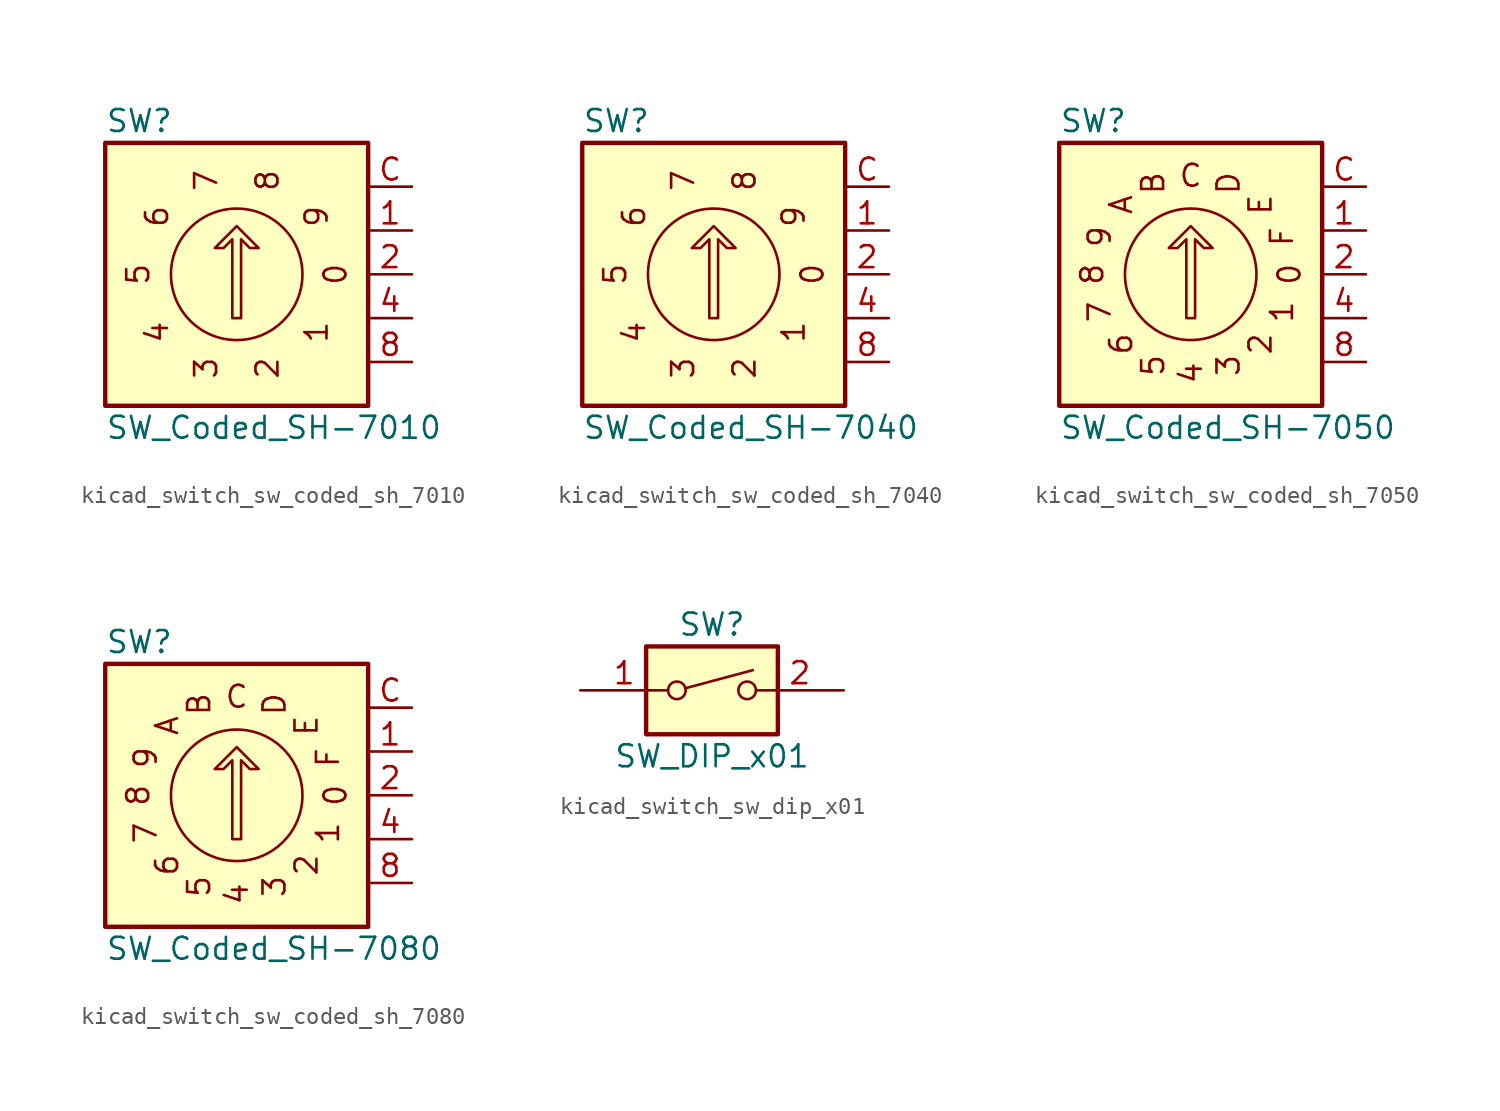
<source format=kicad_sym>
(kicad_symbol_lib
  (version 20220914)
  (generator kicad_symbol_editor)
  (symbol "kicad_switch_sw_coded_sh_7010"
    (pin_names hide)
    (property "Reference" "SW"
      (at -7.62 8.89 0)
      (effects (font (size 1.27 1.27)) (justify left)))
    (property "Value" "SW_Coded_SH-7010"
      (at -7.62 -8.89 0)
      (effects (font (size 1.27 1.27)) (justify left)))
    (symbol "kicad_switch_sw_coded_sh_7010_0_0"
      (text "0" (at 5.715 0 2700) (effects (font (size 1.27 1.27))))
      (text "1" (at 4.623 -3.353 2340) (effects (font (size 1.27 1.27))))
      (text "2" (at 1.778 -5.436 1980) (effects (font (size 1.27 1.27))))
      (text "3" (at -1.778 -5.436 1620) (effects (font (size 1.27 1.27))))
      (text "4" (at -4.623 -3.353 1260) (effects (font (size 1.27 1.27))))
      (text "5" (at -5.715 0 900) (effects (font (size 1.27 1.27))))
      (text "6" (at -4.623 3.353 540) (effects (font (size 1.27 1.27))))
      (text "7" (at -1.778 5.436 180) (effects (font (size 1.27 1.27))))
      (text "8" (at 1.778 5.436 3420) (effects (font (size 1.27 1.27))))
      (text "9" (at 4.623 3.353 3060) (effects (font (size 1.27 1.27)))))
    (symbol "kicad_switch_sw_coded_sh_7010_0_1"
      (polyline (pts (xy -0.254 -2.54) (xy -0.254 2.032) (xy -0.762 1.524) (xy -1.27 1.524) (xy 0 2.794) (xy 1.27 1.524) (xy 0.762 1.524) (xy 0.254 2.032) (xy 0.254 -2.54) (xy -0.254 -2.54) (xy -0.254 -2.54)) (stroke (width 0) (type default)) (fill (type none)))
      (circle (center 0 0) (radius 3.81) (stroke (width 0) (type default)) (fill (type none)))
      (rectangle (start 7.62 7.62) (end -7.62 -7.62) (stroke (width 0.254) (type default)) (fill (type background))))
    (symbol "kicad_switch_sw_coded_sh_7010_1_1"
      (pin passive line (at 10.16 2.54 180) (length 2.54) (name "1" (effects (font (size 1.27 1.27)))) (number "1" (effects (font (size 1.27 1.27)))))
      (pin passive line (at 10.16 0 180) (length 2.54) (name "2" (effects (font (size 1.27 1.27)))) (number "2" (effects (font (size 1.27 1.27)))))
      (pin passive line (at 10.16 -2.54 180) (length 2.54) (name "4" (effects (font (size 1.27 1.27)))) (number "4" (effects (font (size 1.27 1.27)))))
      (pin passive line (at 10.16 -5.08 180) (length 2.54) (name "8" (effects (font (size 1.27 1.27)))) (number "8" (effects (font (size 1.27 1.27)))))
      (pin passive line (at 10.16 5.08 180) (length 2.54) (name "C" (effects (font (size 1.27 1.27)))) (number "C" (effects (font (size 1.27 1.27)))))))
  (symbol "kicad_switch_sw_coded_sh_7040"
    (pin_names hide)
    (property "Reference" "SW"
      (at -7.62 8.89 0)
      (effects (font (size 1.27 1.27)) (justify left)))
    (property "Value" "SW_Coded_SH-7040"
      (at -7.62 -8.89 0)
      (effects (font (size 1.27 1.27)) (justify left)))
    (symbol "kicad_switch_sw_coded_sh_7040_0_0"
      (text "0" (at 5.715 0 2700) (effects (font (size 1.27 1.27))))
      (text "1" (at 4.623 -3.353 2340) (effects (font (size 1.27 1.27))))
      (text "2" (at 1.778 -5.436 1980) (effects (font (size 1.27 1.27))))
      (text "3" (at -1.778 -5.436 1620) (effects (font (size 1.27 1.27))))
      (text "4" (at -4.623 -3.353 1260) (effects (font (size 1.27 1.27))))
      (text "5" (at -5.715 0 900) (effects (font (size 1.27 1.27))))
      (text "6" (at -4.623 3.353 540) (effects (font (size 1.27 1.27))))
      (text "7" (at -1.778 5.436 180) (effects (font (size 1.27 1.27))))
      (text "8" (at 1.778 5.436 3420) (effects (font (size 1.27 1.27))))
      (text "9" (at 4.623 3.353 3060) (effects (font (size 1.27 1.27)))))
    (symbol "kicad_switch_sw_coded_sh_7040_0_1"
      (polyline (pts (xy -0.254 -2.54) (xy -0.254 2.032) (xy -0.762 1.524) (xy -1.27 1.524) (xy 0 2.794) (xy 1.27 1.524) (xy 0.762 1.524) (xy 0.254 2.032) (xy 0.254 -2.54) (xy -0.254 -2.54) (xy -0.254 -2.54)) (stroke (width 0) (type default)) (fill (type none)))
      (circle (center 0 0) (radius 3.81) (stroke (width 0) (type default)) (fill (type none)))
      (rectangle (start 7.62 7.62) (end -7.62 -7.62) (stroke (width 0.254) (type default)) (fill (type background))))
    (symbol "kicad_switch_sw_coded_sh_7040_1_1"
      (pin passive line (at 10.16 2.54 180) (length 2.54) (name "1" (effects (font (size 1.27 1.27)))) (number "1" (effects (font (size 1.27 1.27)))))
      (pin passive line (at 10.16 0 180) (length 2.54) (name "2" (effects (font (size 1.27 1.27)))) (number "2" (effects (font (size 1.27 1.27)))))
      (pin passive line (at 10.16 -2.54 180) (length 2.54) (name "4" (effects (font (size 1.27 1.27)))) (number "4" (effects (font (size 1.27 1.27)))))
      (pin passive line (at 10.16 -5.08 180) (length 2.54) (name "8" (effects (font (size 1.27 1.27)))) (number "8" (effects (font (size 1.27 1.27)))))
      (pin passive line (at 10.16 5.08 180) (length 2.54) (name "C" (effects (font (size 1.27 1.27)))) (number "C" (effects (font (size 1.27 1.27)))))))
  (symbol "kicad_switch_sw_coded_sh_7050"
    (pin_names hide)
    (property "Reference" "SW"
      (at -7.62 8.89 0)
      (effects (font (size 1.27 1.27)) (justify left)))
    (property "Value" "SW_Coded_SH-7050"
      (at -7.62 -8.89 0)
      (effects (font (size 1.27 1.27)) (justify left)))
    (symbol "kicad_switch_sw_coded_sh_7050_0_0"
      (text "0" (at 5.715 0 2700) (effects (font (size 1.27 1.27))))
      (text "1" (at 5.283 -2.184 2475) (effects (font (size 1.27 1.27))))
      (text "2" (at 4.039 -4.039 2250) (effects (font (size 1.27 1.27))))
      (text "3" (at 2.184 -5.283 2025) (effects (font (size 1.27 1.27))))
      (text "4" (at 0 -5.715 1800) (effects (font (size 1.27 1.27))))
      (text "5" (at -2.184 -5.283 1575) (effects (font (size 1.27 1.27))))
      (text "6" (at -4.039 -4.039 1350) (effects (font (size 1.27 1.27))))
      (text "7" (at -5.283 -2.184 1125) (effects (font (size 1.27 1.27))))
      (text "8" (at -5.715 0 900) (effects (font (size 1.27 1.27))))
      (text "9" (at -5.283 2.184 675) (effects (font (size 1.27 1.27))))
      (text "A" (at -4.039 4.039 450) (effects (font (size 1.27 1.27))))
      (text "B" (at -2.184 5.283 225) (effects (font (size 1.27 1.27))))
      (text "C" (at 0 5.715 0) (effects (font (size 1.27 1.27))))
      (text "D" (at 2.184 5.283 3375) (effects (font (size 1.27 1.27))))
      (text "E" (at 4.039 4.039 3150) (effects (font (size 1.27 1.27))))
      (text "F" (at 5.283 2.184 2925) (effects (font (size 1.27 1.27)))))
    (symbol "kicad_switch_sw_coded_sh_7050_0_1"
      (polyline (pts (xy -0.254 -2.54) (xy -0.254 2.032) (xy -0.762 1.524) (xy -1.27 1.524) (xy 0 2.794) (xy 1.27 1.524) (xy 0.762 1.524) (xy 0.254 2.032) (xy 0.254 -2.54) (xy -0.254 -2.54) (xy -0.254 -2.54)) (stroke (width 0) (type default)) (fill (type none)))
      (circle (center 0 0) (radius 3.81) (stroke (width 0) (type default)) (fill (type none)))
      (rectangle (start 7.62 7.62) (end -7.62 -7.62) (stroke (width 0.254) (type default)) (fill (type background))))
    (symbol "kicad_switch_sw_coded_sh_7050_1_1"
      (pin passive line (at 10.16 2.54 180) (length 2.54) (name "1" (effects (font (size 1.27 1.27)))) (number "1" (effects (font (size 1.27 1.27)))))
      (pin passive line (at 10.16 0 180) (length 2.54) (name "2" (effects (font (size 1.27 1.27)))) (number "2" (effects (font (size 1.27 1.27)))))
      (pin passive line (at 10.16 -2.54 180) (length 2.54) (name "4" (effects (font (size 1.27 1.27)))) (number "4" (effects (font (size 1.27 1.27)))))
      (pin passive line (at 10.16 -5.08 180) (length 2.54) (name "8" (effects (font (size 1.27 1.27)))) (number "8" (effects (font (size 1.27 1.27)))))
      (pin passive line (at 10.16 5.08 180) (length 2.54) (name "C" (effects (font (size 1.27 1.27)))) (number "C" (effects (font (size 1.27 1.27)))))))
  (symbol "kicad_switch_sw_coded_sh_7080"
    (pin_names hide)
    (property "Reference" "SW"
      (at -7.62 8.89 0)
      (effects (font (size 1.27 1.27)) (justify left)))
    (property "Value" "SW_Coded_SH-7080"
      (at -7.62 -8.89 0)
      (effects (font (size 1.27 1.27)) (justify left)))
    (symbol "kicad_switch_sw_coded_sh_7080_0_0"
      (text "0" (at 5.715 0 2700) (effects (font (size 1.27 1.27))))
      (text "1" (at 5.283 -2.184 2475) (effects (font (size 1.27 1.27))))
      (text "2" (at 4.039 -4.039 2250) (effects (font (size 1.27 1.27))))
      (text "3" (at 2.184 -5.283 2025) (effects (font (size 1.27 1.27))))
      (text "4" (at 0 -5.715 1800) (effects (font (size 1.27 1.27))))
      (text "5" (at -2.184 -5.283 1575) (effects (font (size 1.27 1.27))))
      (text "6" (at -4.039 -4.039 1350) (effects (font (size 1.27 1.27))))
      (text "7" (at -5.283 -2.184 1125) (effects (font (size 1.27 1.27))))
      (text "8" (at -5.715 0 900) (effects (font (size 1.27 1.27))))
      (text "9" (at -5.283 2.184 675) (effects (font (size 1.27 1.27))))
      (text "A" (at -4.039 4.039 450) (effects (font (size 1.27 1.27))))
      (text "B" (at -2.184 5.283 225) (effects (font (size 1.27 1.27))))
      (text "C" (at 0 5.715 0) (effects (font (size 1.27 1.27))))
      (text "D" (at 2.184 5.283 3375) (effects (font (size 1.27 1.27))))
      (text "E" (at 4.039 4.039 3150) (effects (font (size 1.27 1.27))))
      (text "F" (at 5.283 2.184 2925) (effects (font (size 1.27 1.27)))))
    (symbol "kicad_switch_sw_coded_sh_7080_0_1"
      (polyline (pts (xy -0.254 -2.54) (xy -0.254 2.032) (xy -0.762 1.524) (xy -1.27 1.524) (xy 0 2.794) (xy 1.27 1.524) (xy 0.762 1.524) (xy 0.254 2.032) (xy 0.254 -2.54) (xy -0.254 -2.54) (xy -0.254 -2.54)) (stroke (width 0) (type default)) (fill (type none)))
      (circle (center 0 0) (radius 3.81) (stroke (width 0) (type default)) (fill (type none)))
      (rectangle (start 7.62 7.62) (end -7.62 -7.62) (stroke (width 0.254) (type default)) (fill (type background))))
    (symbol "kicad_switch_sw_coded_sh_7080_1_1"
      (pin passive line (at 10.16 2.54 180) (length 2.54) (name "1" (effects (font (size 1.27 1.27)))) (number "1" (effects (font (size 1.27 1.27)))))
      (pin passive line (at 10.16 0 180) (length 2.54) (name "2" (effects (font (size 1.27 1.27)))) (number "2" (effects (font (size 1.27 1.27)))))
      (pin passive line (at 10.16 -2.54 180) (length 2.54) (name "4" (effects (font (size 1.27 1.27)))) (number "4" (effects (font (size 1.27 1.27)))))
      (pin passive line (at 10.16 -5.08 180) (length 2.54) (name "8" (effects (font (size 1.27 1.27)))) (number "8" (effects (font (size 1.27 1.27)))))
      (pin passive line (at 10.16 5.08 180) (length 2.54) (name "C" (effects (font (size 1.27 1.27)))) (number "C" (effects (font (size 1.27 1.27)))))))
  (symbol "kicad_switch_sw_dip_x01"
    (pin_names
      (offset 0) hide)
    (property "Reference" "SW"
      (at 0 3.81 0)
      (effects (font (size 1.27 1.27))))
    (property "Value" "SW_DIP_x01"
      (at 0 -3.81 0)
      (effects (font (size 1.27 1.27))))
    (symbol "kicad_switch_sw_dip_x01_0_0"
      (circle (center -2.032 0) (radius 0.508) (stroke (width 0) (type default)) (fill (type none)))
      (polyline (pts (xy -1.524 0.127) (xy 2.362 1.168)) (stroke (width 0) (type default)) (fill (type none)))
      (circle (center 2.032 0) (radius 0.508) (stroke (width 0) (type default)) (fill (type none))))
    (symbol "kicad_switch_sw_dip_x01_0_1"
      (rectangle (start -3.81 2.54) (end 3.81 -2.54) (stroke (width 0.254) (type default)) (fill (type background))))
    (symbol "kicad_switch_sw_dip_x01_1_1"
      (pin passive line (at -7.62 0 0) (length 5.08) (name "~" (effects (font (size 1.27 1.27)))) (number "1" (effects (font (size 1.27 1.27)))))
      (pin passive line (at 7.62 0 180) (length 5.08) (name "~" (effects (font (size 1.27 1.27)))) (number "2" (effects (font (size 1.27 1.27))))))))
</source>
